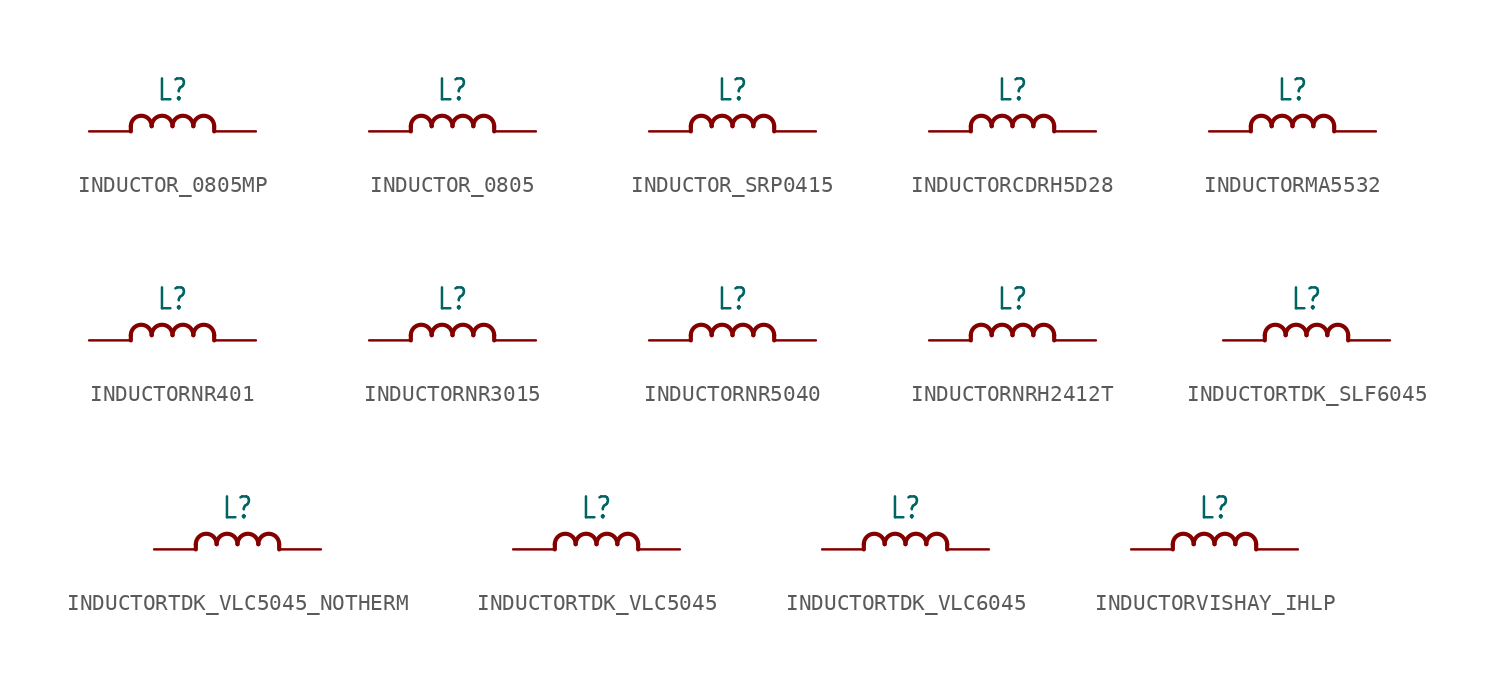
<source format=kicad_sym>
(kicad_symbol_lib
  (version 20231120)
  (generator "kicad_symbol_editor")
  (generator_version "8.0")
  (symbol "INDUCTOR_0805MP"
    (property "Reference" "L"
      (at 0 2.54 0)
      (effects (font (size 1.27 1.079))))
    (property "Value" ""
      (at 0 -1.54 0)
      (effects (font (size 1.27 1.079))))
    (property "ki_locked" ""
      (at 0 0 0)
      (effects (font (size 1.27 1.27))))
    (symbol "INDUCTOR_0805MP_1_0"
      (arc (start -1.27 0.3173) (mid -1.9049 0.9524) (end -2.54 0.3175) (stroke (width 0.254) (type solid)) (fill (type none)))
      (polyline (pts (xy -2.54 0.318) (xy -2.54 0)) (stroke (width 0.254) (type solid)) (fill (type none)))
      (polyline (pts (xy 2.54 0.318) (xy 2.54 0)) (stroke (width 0.254) (type solid)) (fill (type none)))
      (arc (start 0 0.3173) (mid -0.6349 0.9524) (end -1.27 0.3175) (stroke (width 0.254) (type solid)) (fill (type none)))
      (arc (start 1.27 0.3173) (mid 0.6351 0.9524) (end 0 0.3175) (stroke (width 0.254) (type solid)) (fill (type none)))
      (arc (start 2.54 0.3173) (mid 1.9051 0.9524) (end 1.27 0.3175) (stroke (width 0.254) (type solid)) (fill (type none)))
      (pin passive line (at -5.08 0 0) (length 2.54) (name "1" (effects (font (size 0 0)))) (number "1" (effects (font (size 0 0)))))
      (pin passive line (at 5.08 0 180) (length 2.54) (name "2" (effects (font (size 0 0)))) (number "2" (effects (font (size 0 0)))))))
  (symbol "INDUCTOR_0805"
    (property "Reference" "L"
      (at 0 2.54 0)
      (effects (font (size 1.27 1.079))))
    (property "Value" ""
      (at 0 -1.54 0)
      (effects (font (size 1.27 1.079))))
    (property "ki_locked" ""
      (at 0 0 0)
      (effects (font (size 1.27 1.27))))
    (symbol "INDUCTOR_0805_1_0"
      (arc (start -1.27 0.3173) (mid -1.9049 0.9524) (end -2.54 0.3175) (stroke (width 0.254) (type solid)) (fill (type none)))
      (polyline (pts (xy -2.54 0.318) (xy -2.54 0)) (stroke (width 0.254) (type solid)) (fill (type none)))
      (polyline (pts (xy 2.54 0.318) (xy 2.54 0)) (stroke (width 0.254) (type solid)) (fill (type none)))
      (arc (start 0 0.3173) (mid -0.6349 0.9524) (end -1.27 0.3175) (stroke (width 0.254) (type solid)) (fill (type none)))
      (arc (start 1.27 0.3173) (mid 0.6351 0.9524) (end 0 0.3175) (stroke (width 0.254) (type solid)) (fill (type none)))
      (arc (start 2.54 0.3173) (mid 1.9051 0.9524) (end 1.27 0.3175) (stroke (width 0.254) (type solid)) (fill (type none)))
      (pin passive line (at -5.08 0 0) (length 2.54) (name "1" (effects (font (size 0 0)))) (number "1" (effects (font (size 0 0)))))
      (pin passive line (at 5.08 0 180) (length 2.54) (name "2" (effects (font (size 0 0)))) (number "2" (effects (font (size 0 0)))))))
  (symbol "INDUCTOR_SRP0415"
    (property "Reference" "L"
      (at 0 2.54 0)
      (effects (font (size 1.27 1.079))))
    (property "Value" ""
      (at 0 -1.54 0)
      (effects (font (size 1.27 1.079))))
    (property "ki_locked" ""
      (at 0 0 0)
      (effects (font (size 1.27 1.27))))
    (symbol "INDUCTOR_SRP0415_1_0"
      (arc (start -1.27 0.3173) (mid -1.9049 0.9524) (end -2.54 0.3175) (stroke (width 0.254) (type solid)) (fill (type none)))
      (polyline (pts (xy -2.54 0.318) (xy -2.54 0)) (stroke (width 0.254) (type solid)) (fill (type none)))
      (polyline (pts (xy 2.54 0.318) (xy 2.54 0)) (stroke (width 0.254) (type solid)) (fill (type none)))
      (arc (start 0 0.3173) (mid -0.6349 0.9524) (end -1.27 0.3175) (stroke (width 0.254) (type solid)) (fill (type none)))
      (arc (start 1.27 0.3173) (mid 0.6351 0.9524) (end 0 0.3175) (stroke (width 0.254) (type solid)) (fill (type none)))
      (arc (start 2.54 0.3173) (mid 1.9051 0.9524) (end 1.27 0.3175) (stroke (width 0.254) (type solid)) (fill (type none)))
      (pin passive line (at -5.08 0 0) (length 2.54) (name "1" (effects (font (size 0 0)))) (number "P$1" (effects (font (size 0 0)))))
      (pin passive line (at 5.08 0 180) (length 2.54) (name "2" (effects (font (size 0 0)))) (number "P$2" (effects (font (size 0 0)))))))
  (symbol "INDUCTORCDRH5D28"
    (property "Reference" "L"
      (at 0 2.54 0)
      (effects (font (size 1.27 1.079))))
    (property "Value" ""
      (at 0 -1.54 0)
      (effects (font (size 1.27 1.079))))
    (property "ki_locked" ""
      (at 0 0 0)
      (effects (font (size 1.27 1.27))))
    (symbol "INDUCTORCDRH5D28_1_0"
      (arc (start -1.27 0.3173) (mid -1.9049 0.9524) (end -2.54 0.3175) (stroke (width 0.254) (type solid)) (fill (type none)))
      (polyline (pts (xy -2.54 0.318) (xy -2.54 0)) (stroke (width 0.254) (type solid)) (fill (type none)))
      (polyline (pts (xy 2.54 0.318) (xy 2.54 0)) (stroke (width 0.254) (type solid)) (fill (type none)))
      (arc (start 0 0.3173) (mid -0.6349 0.9524) (end -1.27 0.3175) (stroke (width 0.254) (type solid)) (fill (type none)))
      (arc (start 1.27 0.3173) (mid 0.6351 0.9524) (end 0 0.3175) (stroke (width 0.254) (type solid)) (fill (type none)))
      (arc (start 2.54 0.3173) (mid 1.9051 0.9524) (end 1.27 0.3175) (stroke (width 0.254) (type solid)) (fill (type none)))
      (pin passive line (at -5.08 0 0) (length 2.54) (name "1" (effects (font (size 0 0)))) (number "P$1" (effects (font (size 0 0)))))
      (pin passive line (at 5.08 0 180) (length 2.54) (name "2" (effects (font (size 0 0)))) (number "P$2" (effects (font (size 0 0)))))))
  (symbol "INDUCTORMA5532"
    (property "Reference" "L"
      (at 0 2.54 0)
      (effects (font (size 1.27 1.079))))
    (property "Value" ""
      (at 0 -1.54 0)
      (effects (font (size 1.27 1.079))))
    (property "ki_locked" ""
      (at 0 0 0)
      (effects (font (size 1.27 1.27))))
    (symbol "INDUCTORMA5532_1_0"
      (arc (start -1.27 0.3173) (mid -1.9049 0.9524) (end -2.54 0.3175) (stroke (width 0.254) (type solid)) (fill (type none)))
      (polyline (pts (xy -2.54 0.318) (xy -2.54 0)) (stroke (width 0.254) (type solid)) (fill (type none)))
      (polyline (pts (xy 2.54 0.318) (xy 2.54 0)) (stroke (width 0.254) (type solid)) (fill (type none)))
      (arc (start 0 0.3173) (mid -0.6349 0.9524) (end -1.27 0.3175) (stroke (width 0.254) (type solid)) (fill (type none)))
      (arc (start 1.27 0.3173) (mid 0.6351 0.9524) (end 0 0.3175) (stroke (width 0.254) (type solid)) (fill (type none)))
      (arc (start 2.54 0.3173) (mid 1.9051 0.9524) (end 1.27 0.3175) (stroke (width 0.254) (type solid)) (fill (type none)))
      (pin passive line (at -5.08 0 0) (length 2.54) (name "1" (effects (font (size 0 0)))) (number "1" (effects (font (size 0 0)))))
      (pin passive line (at 5.08 0 180) (length 2.54) (name "2" (effects (font (size 0 0)))) (number "2" (effects (font (size 0 0)))))))
  (symbol "INDUCTORNR401"
    (property "Reference" "L"
      (at 0 2.54 0)
      (effects (font (size 1.27 1.079))))
    (property "Value" ""
      (at 0 -1.54 0)
      (effects (font (size 1.27 1.079))))
    (property "ki_locked" ""
      (at 0 0 0)
      (effects (font (size 1.27 1.27))))
    (symbol "INDUCTORNR401_1_0"
      (arc (start -1.27 0.3173) (mid -1.9049 0.9524) (end -2.54 0.3175) (stroke (width 0.254) (type solid)) (fill (type none)))
      (polyline (pts (xy -2.54 0.318) (xy -2.54 0)) (stroke (width 0.254) (type solid)) (fill (type none)))
      (polyline (pts (xy 2.54 0.318) (xy 2.54 0)) (stroke (width 0.254) (type solid)) (fill (type none)))
      (arc (start 0 0.3173) (mid -0.6349 0.9524) (end -1.27 0.3175) (stroke (width 0.254) (type solid)) (fill (type none)))
      (arc (start 1.27 0.3173) (mid 0.6351 0.9524) (end 0 0.3175) (stroke (width 0.254) (type solid)) (fill (type none)))
      (arc (start 2.54 0.3173) (mid 1.9051 0.9524) (end 1.27 0.3175) (stroke (width 0.254) (type solid)) (fill (type none)))
      (pin passive line (at -5.08 0 0) (length 2.54) (name "1" (effects (font (size 0 0)))) (number "P$1" (effects (font (size 0 0)))))
      (pin passive line (at 5.08 0 180) (length 2.54) (name "2" (effects (font (size 0 0)))) (number "P$2" (effects (font (size 0 0)))))))
  (symbol "INDUCTORNR3015"
    (property "Reference" "L"
      (at 0 2.54 0)
      (effects (font (size 1.27 1.079))))
    (property "Value" ""
      (at 0 -1.54 0)
      (effects (font (size 1.27 1.079))))
    (property "ki_locked" ""
      (at 0 0 0)
      (effects (font (size 1.27 1.27))))
    (symbol "INDUCTORNR3015_1_0"
      (arc (start -1.27 0.3173) (mid -1.9049 0.9524) (end -2.54 0.3175) (stroke (width 0.254) (type solid)) (fill (type none)))
      (polyline (pts (xy -2.54 0.318) (xy -2.54 0)) (stroke (width 0.254) (type solid)) (fill (type none)))
      (polyline (pts (xy 2.54 0.318) (xy 2.54 0)) (stroke (width 0.254) (type solid)) (fill (type none)))
      (arc (start 0 0.3173) (mid -0.6349 0.9524) (end -1.27 0.3175) (stroke (width 0.254) (type solid)) (fill (type none)))
      (arc (start 1.27 0.3173) (mid 0.6351 0.9524) (end 0 0.3175) (stroke (width 0.254) (type solid)) (fill (type none)))
      (arc (start 2.54 0.3173) (mid 1.9051 0.9524) (end 1.27 0.3175) (stroke (width 0.254) (type solid)) (fill (type none)))
      (pin passive line (at -5.08 0 0) (length 2.54) (name "1" (effects (font (size 0 0)))) (number "P$1" (effects (font (size 0 0)))))
      (pin passive line (at 5.08 0 180) (length 2.54) (name "2" (effects (font (size 0 0)))) (number "P$2" (effects (font (size 0 0)))))))
  (symbol "INDUCTORNR5040"
    (property "Reference" "L"
      (at 0 2.54 0)
      (effects (font (size 1.27 1.079))))
    (property "Value" ""
      (at 0 -1.54 0)
      (effects (font (size 1.27 1.079))))
    (property "ki_locked" ""
      (at 0 0 0)
      (effects (font (size 1.27 1.27))))
    (symbol "INDUCTORNR5040_1_0"
      (arc (start -1.27 0.3173) (mid -1.9049 0.9524) (end -2.54 0.3175) (stroke (width 0.254) (type solid)) (fill (type none)))
      (polyline (pts (xy -2.54 0.318) (xy -2.54 0)) (stroke (width 0.254) (type solid)) (fill (type none)))
      (polyline (pts (xy 2.54 0.318) (xy 2.54 0)) (stroke (width 0.254) (type solid)) (fill (type none)))
      (arc (start 0 0.3173) (mid -0.6349 0.9524) (end -1.27 0.3175) (stroke (width 0.254) (type solid)) (fill (type none)))
      (arc (start 1.27 0.3173) (mid 0.6351 0.9524) (end 0 0.3175) (stroke (width 0.254) (type solid)) (fill (type none)))
      (arc (start 2.54 0.3173) (mid 1.9051 0.9524) (end 1.27 0.3175) (stroke (width 0.254) (type solid)) (fill (type none)))
      (pin passive line (at -5.08 0 0) (length 2.54) (name "1" (effects (font (size 0 0)))) (number "P$1" (effects (font (size 0 0)))))
      (pin passive line (at 5.08 0 180) (length 2.54) (name "2" (effects (font (size 0 0)))) (number "P$2" (effects (font (size 0 0)))))))
  (symbol "INDUCTORNRH2412T"
    (property "Reference" "L"
      (at 0 2.54 0)
      (effects (font (size 1.27 1.079))))
    (property "Value" ""
      (at 0 -1.54 0)
      (effects (font (size 1.27 1.079))))
    (property "ki_locked" ""
      (at 0 0 0)
      (effects (font (size 1.27 1.27))))
    (symbol "INDUCTORNRH2412T_1_0"
      (arc (start -1.27 0.3173) (mid -1.9049 0.9524) (end -2.54 0.3175) (stroke (width 0.254) (type solid)) (fill (type none)))
      (polyline (pts (xy -2.54 0.318) (xy -2.54 0)) (stroke (width 0.254) (type solid)) (fill (type none)))
      (polyline (pts (xy 2.54 0.318) (xy 2.54 0)) (stroke (width 0.254) (type solid)) (fill (type none)))
      (arc (start 0 0.3173) (mid -0.6349 0.9524) (end -1.27 0.3175) (stroke (width 0.254) (type solid)) (fill (type none)))
      (arc (start 1.27 0.3173) (mid 0.6351 0.9524) (end 0 0.3175) (stroke (width 0.254) (type solid)) (fill (type none)))
      (arc (start 2.54 0.3173) (mid 1.9051 0.9524) (end 1.27 0.3175) (stroke (width 0.254) (type solid)) (fill (type none)))
      (pin passive line (at -5.08 0 0) (length 2.54) (name "1" (effects (font (size 0 0)))) (number "1" (effects (font (size 0 0)))))
      (pin passive line (at 5.08 0 180) (length 2.54) (name "2" (effects (font (size 0 0)))) (number "2" (effects (font (size 0 0)))))))
  (symbol "INDUCTORTDK_SLF6045"
    (property "Reference" "L"
      (at 0 2.54 0)
      (effects (font (size 1.27 1.079))))
    (property "Value" ""
      (at 0 -1.54 0)
      (effects (font (size 1.27 1.079))))
    (property "ki_locked" ""
      (at 0 0 0)
      (effects (font (size 1.27 1.27))))
    (symbol "INDUCTORTDK_SLF6045_1_0"
      (arc (start -1.27 0.3173) (mid -1.9049 0.9524) (end -2.54 0.3175) (stroke (width 0.254) (type solid)) (fill (type none)))
      (polyline (pts (xy -2.54 0.318) (xy -2.54 0)) (stroke (width 0.254) (type solid)) (fill (type none)))
      (polyline (pts (xy 2.54 0.318) (xy 2.54 0)) (stroke (width 0.254) (type solid)) (fill (type none)))
      (arc (start 0 0.3173) (mid -0.6349 0.9524) (end -1.27 0.3175) (stroke (width 0.254) (type solid)) (fill (type none)))
      (arc (start 1.27 0.3173) (mid 0.6351 0.9524) (end 0 0.3175) (stroke (width 0.254) (type solid)) (fill (type none)))
      (arc (start 2.54 0.3173) (mid 1.9051 0.9524) (end 1.27 0.3175) (stroke (width 0.254) (type solid)) (fill (type none)))
      (pin passive line (at -5.08 0 0) (length 2.54) (name "1" (effects (font (size 0 0)))) (number "P$1" (effects (font (size 0 0)))))
      (pin passive line (at 5.08 0 180) (length 2.54) (name "2" (effects (font (size 0 0)))) (number "P$2" (effects (font (size 0 0)))))))
  (symbol "INDUCTORTDK_VLC5045_NOTHERM"
    (property "Reference" "L"
      (at 0 2.54 0)
      (effects (font (size 1.27 1.079))))
    (property "Value" ""
      (at 0 -1.54 0)
      (effects (font (size 1.27 1.079))))
    (property "ki_locked" ""
      (at 0 0 0)
      (effects (font (size 1.27 1.27))))
    (symbol "INDUCTORTDK_VLC5045_NOTHERM_1_0"
      (arc (start -1.27 0.3173) (mid -1.9049 0.9524) (end -2.54 0.3175) (stroke (width 0.254) (type solid)) (fill (type none)))
      (polyline (pts (xy -2.54 0.318) (xy -2.54 0)) (stroke (width 0.254) (type solid)) (fill (type none)))
      (polyline (pts (xy 2.54 0.318) (xy 2.54 0)) (stroke (width 0.254) (type solid)) (fill (type none)))
      (arc (start 0 0.3173) (mid -0.6349 0.9524) (end -1.27 0.3175) (stroke (width 0.254) (type solid)) (fill (type none)))
      (arc (start 1.27 0.3173) (mid 0.6351 0.9524) (end 0 0.3175) (stroke (width 0.254) (type solid)) (fill (type none)))
      (arc (start 2.54 0.3173) (mid 1.9051 0.9524) (end 1.27 0.3175) (stroke (width 0.254) (type solid)) (fill (type none)))
      (pin passive line (at -5.08 0 0) (length 2.54) (name "1" (effects (font (size 0 0)))) (number "P$1" (effects (font (size 0 0)))))
      (pin passive line (at 5.08 0 180) (length 2.54) (name "2" (effects (font (size 0 0)))) (number "P$2" (effects (font (size 0 0)))))))
  (symbol "INDUCTORTDK_VLC5045"
    (property "Reference" "L"
      (at 0 2.54 0)
      (effects (font (size 1.27 1.079))))
    (property "Value" ""
      (at 0 -1.54 0)
      (effects (font (size 1.27 1.079))))
    (property "ki_locked" ""
      (at 0 0 0)
      (effects (font (size 1.27 1.27))))
    (symbol "INDUCTORTDK_VLC5045_1_0"
      (arc (start -1.27 0.3173) (mid -1.9049 0.9524) (end -2.54 0.3175) (stroke (width 0.254) (type solid)) (fill (type none)))
      (polyline (pts (xy -2.54 0.318) (xy -2.54 0)) (stroke (width 0.254) (type solid)) (fill (type none)))
      (polyline (pts (xy 2.54 0.318) (xy 2.54 0)) (stroke (width 0.254) (type solid)) (fill (type none)))
      (arc (start 0 0.3173) (mid -0.6349 0.9524) (end -1.27 0.3175) (stroke (width 0.254) (type solid)) (fill (type none)))
      (arc (start 1.27 0.3173) (mid 0.6351 0.9524) (end 0 0.3175) (stroke (width 0.254) (type solid)) (fill (type none)))
      (arc (start 2.54 0.3173) (mid 1.9051 0.9524) (end 1.27 0.3175) (stroke (width 0.254) (type solid)) (fill (type none)))
      (pin passive line (at -5.08 0 0) (length 2.54) (name "1" (effects (font (size 0 0)))) (number "P$1" (effects (font (size 0 0)))))
      (pin passive line (at 5.08 0 180) (length 2.54) (name "2" (effects (font (size 0 0)))) (number "P$2" (effects (font (size 0 0)))))))
  (symbol "INDUCTORTDK_VLC6045"
    (property "Reference" "L"
      (at 0 2.54 0)
      (effects (font (size 1.27 1.079))))
    (property "Value" ""
      (at 0 -1.54 0)
      (effects (font (size 1.27 1.079))))
    (property "ki_locked" ""
      (at 0 0 0)
      (effects (font (size 1.27 1.27))))
    (symbol "INDUCTORTDK_VLC6045_1_0"
      (arc (start -1.27 0.3173) (mid -1.9049 0.9524) (end -2.54 0.3175) (stroke (width 0.254) (type solid)) (fill (type none)))
      (polyline (pts (xy -2.54 0.318) (xy -2.54 0)) (stroke (width 0.254) (type solid)) (fill (type none)))
      (polyline (pts (xy 2.54 0.318) (xy 2.54 0)) (stroke (width 0.254) (type solid)) (fill (type none)))
      (arc (start 0 0.3173) (mid -0.6349 0.9524) (end -1.27 0.3175) (stroke (width 0.254) (type solid)) (fill (type none)))
      (arc (start 1.27 0.3173) (mid 0.6351 0.9524) (end 0 0.3175) (stroke (width 0.254) (type solid)) (fill (type none)))
      (arc (start 2.54 0.3173) (mid 1.9051 0.9524) (end 1.27 0.3175) (stroke (width 0.254) (type solid)) (fill (type none)))
      (pin passive line (at -5.08 0 0) (length 2.54) (name "1" (effects (font (size 0 0)))) (number "P$1" (effects (font (size 0 0)))))
      (pin passive line (at 5.08 0 180) (length 2.54) (name "2" (effects (font (size 0 0)))) (number "P$2" (effects (font (size 0 0)))))))
  (symbol "INDUCTORVISHAY_IHLP"
    (property "Reference" "L"
      (at 0 2.54 0)
      (effects (font (size 1.27 1.079))))
    (property "Value" ""
      (at 0 -1.54 0)
      (effects (font (size 1.27 1.079))))
    (property "ki_locked" ""
      (at 0 0 0)
      (effects (font (size 1.27 1.27))))
    (symbol "INDUCTORVISHAY_IHLP_1_0"
      (arc (start -1.27 0.3173) (mid -1.9049 0.9524) (end -2.54 0.3175) (stroke (width 0.254) (type solid)) (fill (type none)))
      (polyline (pts (xy -2.54 0.318) (xy -2.54 0)) (stroke (width 0.254) (type solid)) (fill (type none)))
      (polyline (pts (xy 2.54 0.318) (xy 2.54 0)) (stroke (width 0.254) (type solid)) (fill (type none)))
      (arc (start 0 0.3173) (mid -0.6349 0.9524) (end -1.27 0.3175) (stroke (width 0.254) (type solid)) (fill (type none)))
      (arc (start 1.27 0.3173) (mid 0.6351 0.9524) (end 0 0.3175) (stroke (width 0.254) (type solid)) (fill (type none)))
      (arc (start 2.54 0.3173) (mid 1.9051 0.9524) (end 1.27 0.3175) (stroke (width 0.254) (type solid)) (fill (type none)))
      (pin passive line (at -5.08 0 0) (length 2.54) (name "1" (effects (font (size 0 0)))) (number "1" (effects (font (size 0 0)))))
      (pin passive line (at 5.08 0 180) (length 2.54) (name "2" (effects (font (size 0 0)))) (number "2" (effects (font (size 0 0))))))))
</source>
